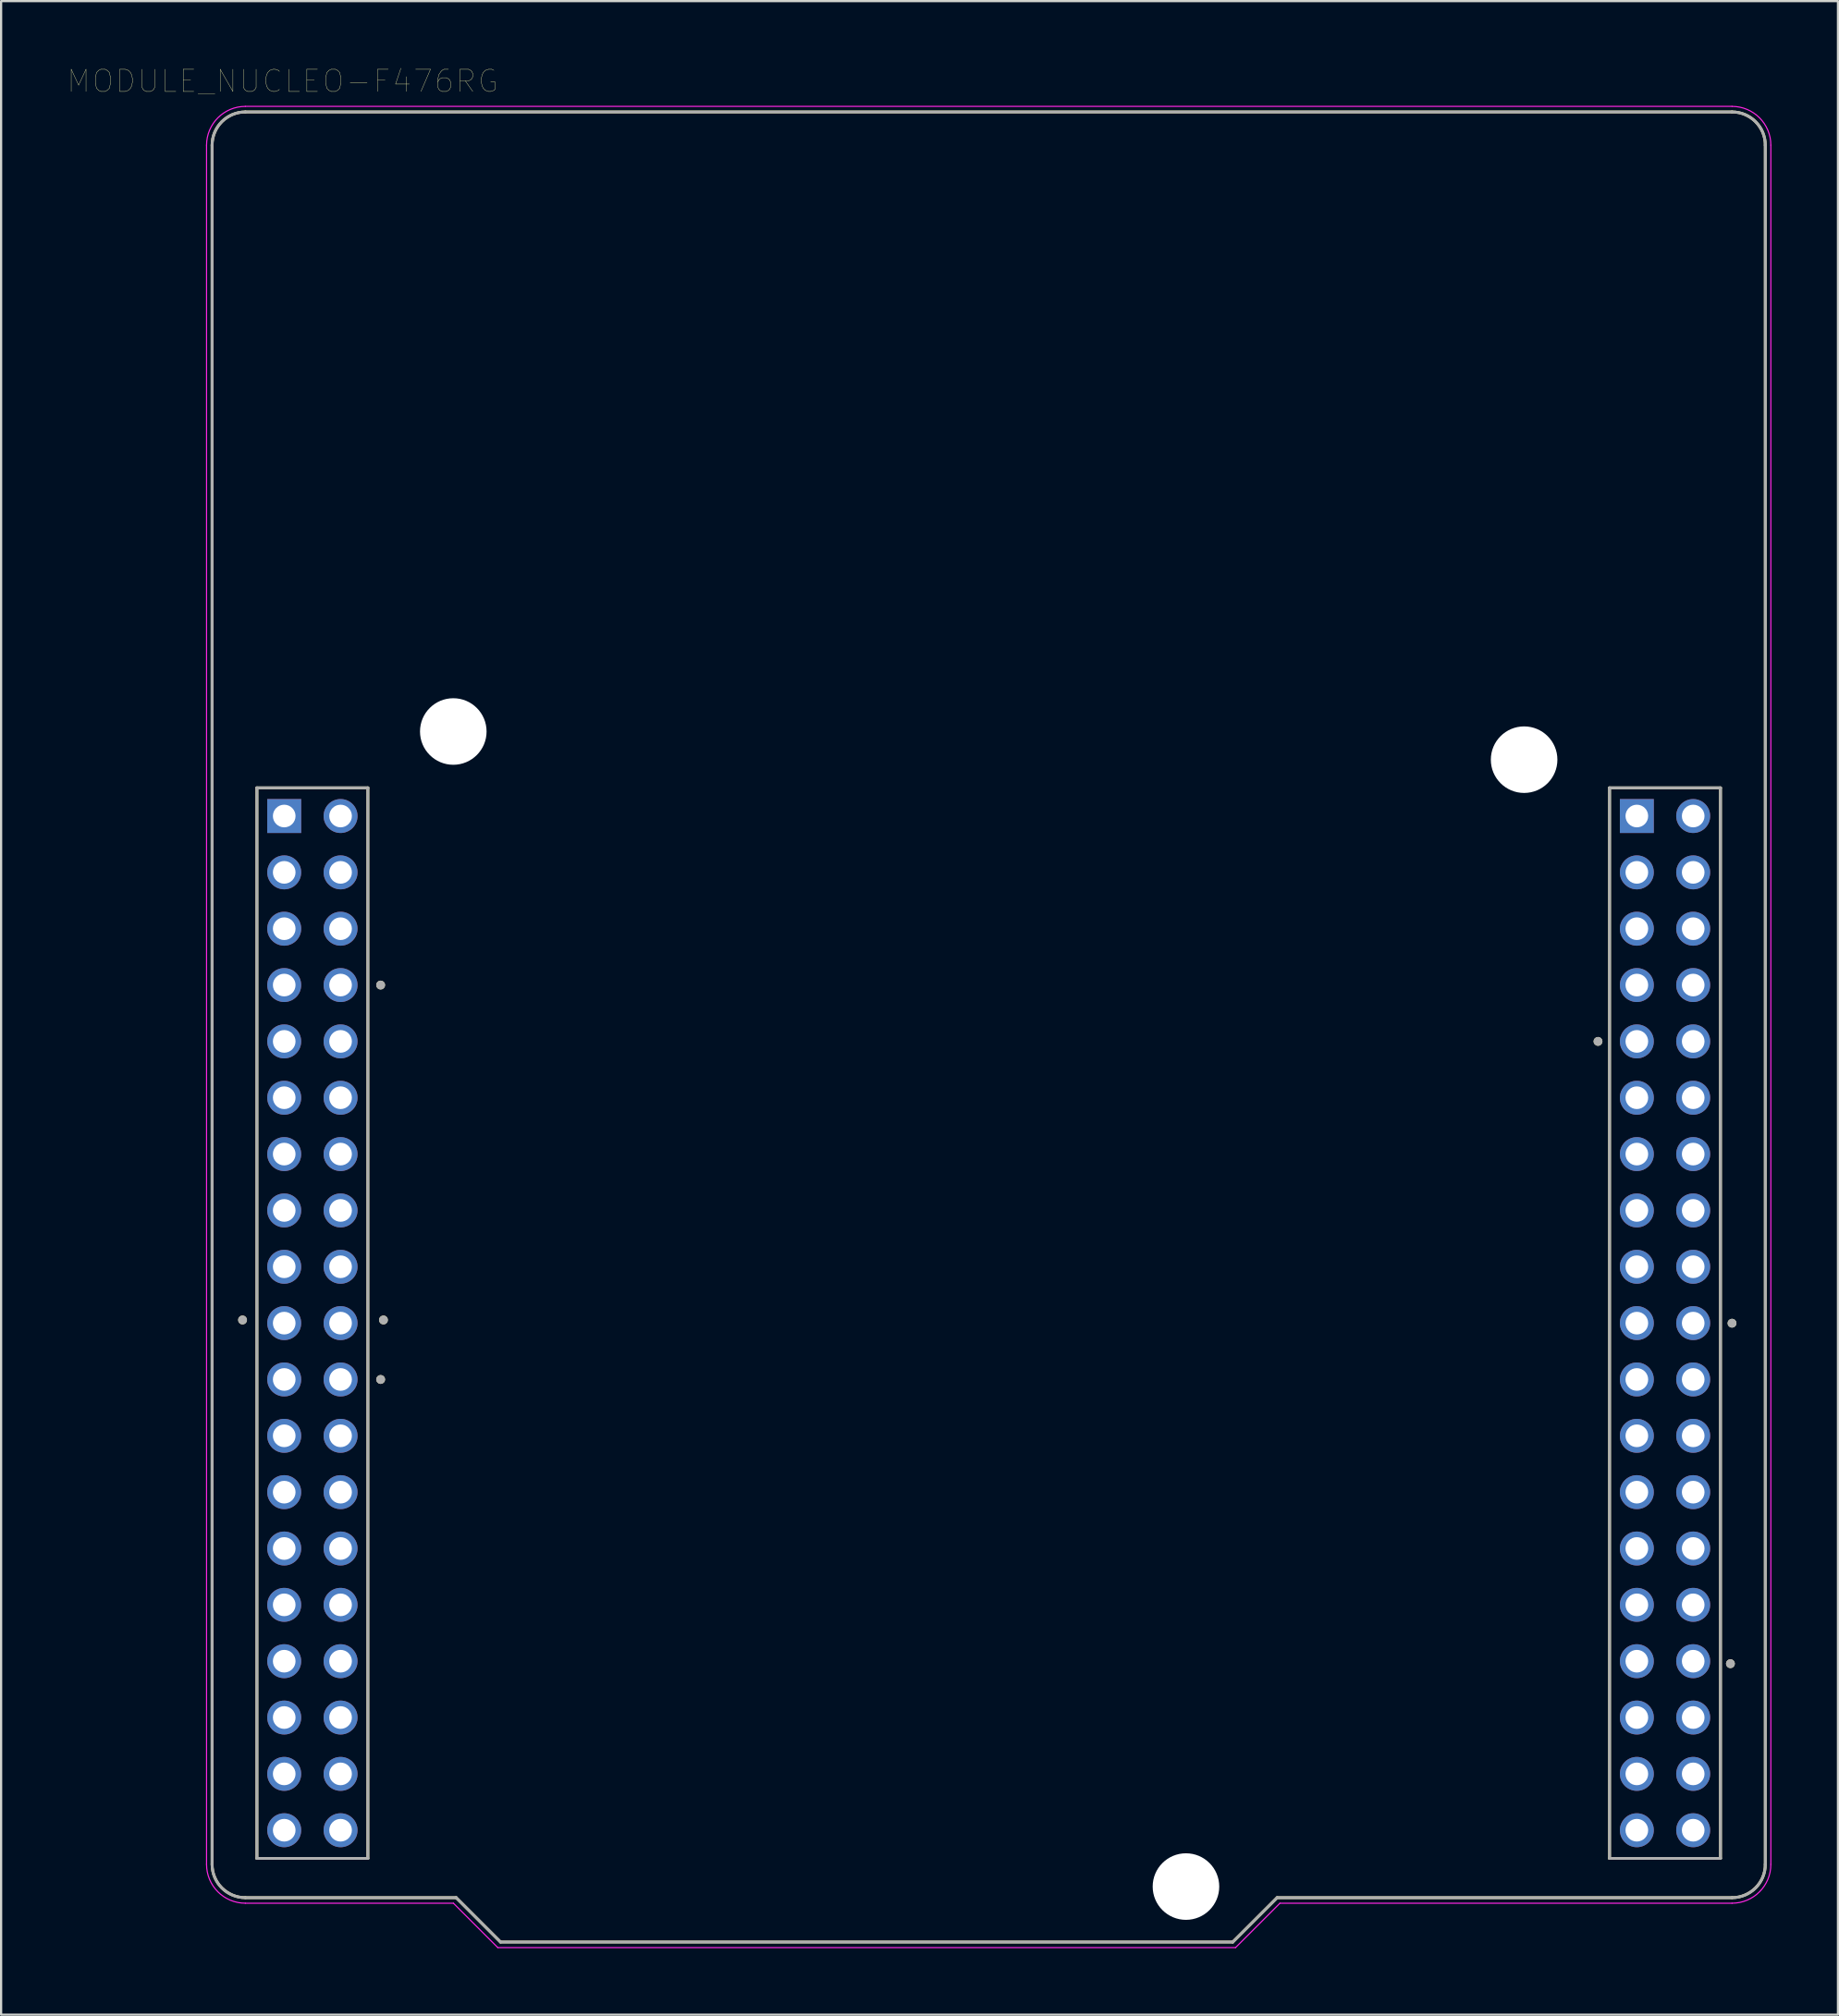
<source format=kicad_pcb>
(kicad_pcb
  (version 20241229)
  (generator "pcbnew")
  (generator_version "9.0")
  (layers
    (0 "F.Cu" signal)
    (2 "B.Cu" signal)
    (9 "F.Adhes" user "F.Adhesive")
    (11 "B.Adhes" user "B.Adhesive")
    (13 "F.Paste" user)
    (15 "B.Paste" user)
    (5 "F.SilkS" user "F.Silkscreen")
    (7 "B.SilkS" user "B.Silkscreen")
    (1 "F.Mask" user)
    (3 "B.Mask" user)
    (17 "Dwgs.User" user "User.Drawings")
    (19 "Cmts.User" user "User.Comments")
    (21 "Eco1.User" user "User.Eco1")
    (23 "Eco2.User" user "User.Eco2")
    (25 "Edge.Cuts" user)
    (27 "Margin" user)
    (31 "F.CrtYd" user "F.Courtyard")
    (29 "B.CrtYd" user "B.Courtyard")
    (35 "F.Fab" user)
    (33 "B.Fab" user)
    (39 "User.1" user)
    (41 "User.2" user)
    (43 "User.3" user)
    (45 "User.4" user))
  (footprint "MODULE_NUCLEO-F476RG"
    (layer "F.Cu")
    (at 41.509 43.246)
    (property "Reference" "MODULE_NUCLEO-F476RG" (at -31.825 -42.635 0) (layer "F.SilkS") (effects (font (size 1 1) (thickness 0.015))))
    (attr through_hole)
    (fp_line (start -35 37.75) (end -35 -39.75) (stroke (width 0.127) (type solid)) (layer "F.SilkS"))
    (fp_line (start -33.5 -41.25) (end 33.5 -41.25) (stroke (width 0.127) (type solid)) (layer "F.SilkS"))
    (fp_line (start -32.98 -10.78) (end -32.98 37.48) (stroke (width 0.127) (type solid)) (layer "F.SilkS"))
    (fp_line (start -32.98 37.48) (end -27.98 37.48) (stroke (width 0.127) (type solid)) (layer "F.SilkS"))
    (fp_line (start -27.98 -10.78) (end -32.98 -10.78) (stroke (width 0.127) (type solid)) (layer "F.SilkS"))
    (fp_line (start -27.98 37.48) (end -27.98 -10.78) (stroke (width 0.127) (type solid)) (layer "F.SilkS"))
    (fp_line (start -24 39.25) (end -33.5 39.25) (stroke (width 0.127) (type solid)) (layer "F.SilkS"))
    (fp_line (start -22 41.25) (end -24 39.25) (stroke (width 0.127) (type solid)) (layer "F.SilkS"))
    (fp_line (start 11 41.25) (end -22 41.25) (stroke (width 0.127) (type solid)) (layer "F.SilkS"))
    (fp_line (start 13 39.25) (end 11 41.25) (stroke (width 0.127) (type solid)) (layer "F.SilkS"))
    (fp_line (start 27.98 -10.78) (end 27.98 37.48) (stroke (width 0.127) (type solid)) (layer "F.SilkS"))
    (fp_line (start 27.98 37.48) (end 32.98 37.48) (stroke (width 0.127) (type solid)) (layer "F.SilkS"))
    (fp_line (start 32.98 -10.78) (end 27.98 -10.78) (stroke (width 0.127) (type solid)) (layer "F.SilkS"))
    (fp_line (start 32.98 37.48) (end 32.98 -10.78) (stroke (width 0.127) (type solid)) (layer "F.SilkS"))
    (fp_line (start 33.5 39.25) (end 13 39.25) (stroke (width 0.127) (type solid)) (layer "F.SilkS"))
    (fp_line (start 35 -39.75) (end 35 37.75) (stroke (width 0.127) (type solid)) (layer "F.SilkS"))
    (fp_arc (start -35 -39.75) (mid -34.56066 -40.81066) (end -33.5 -41.25) (stroke (width 0.127) (type solid)) (layer "F.SilkS"))
    (fp_arc (start -33.5 39.25) (mid -34.56066 38.81066) (end -35 37.75) (stroke (width 0.127) (type solid)) (layer "F.SilkS"))
    (fp_arc (start 33.5 -41.25) (mid 34.56066 -40.81066) (end 35 -39.75) (stroke (width 0.127) (type solid)) (layer "F.SilkS"))
    (fp_arc (start 35 37.75) (mid 34.56066 38.81066) (end 33.5 39.25) (stroke (width 0.127) (type solid)) (layer "F.SilkS"))
    (fp_circle (center -33.628 13.208) (end -33.528 13.208) (stroke (width 0.2) (type solid)) (fill no) (layer "F.SilkS"))
    (fp_circle (center -27.404 -1.89) (end -27.304 -1.89) (stroke (width 0.2) (type solid)) (fill no) (layer "F.SilkS"))
    (fp_circle (center -27.404 15.89) (end -27.304 15.89) (stroke (width 0.2) (type solid)) (fill no) (layer "F.SilkS"))
    (fp_circle (center -27.278 13.208) (end -27.178 13.208) (stroke (width 0.2) (type solid)) (fill no) (layer "F.SilkS"))
    (fp_circle (center 27.46 0.65) (end 27.56 0.65) (stroke (width 0.2) (type solid)) (fill no) (layer "F.SilkS"))
    (fp_circle (center 33.428 28.702) (end 33.528 28.702) (stroke (width 0.2) (type solid)) (fill no) (layer "F.SilkS"))
    (fp_circle (center 33.5 13.354) (end 33.6 13.354) (stroke (width 0.2) (type solid)) (fill no) (layer "F.SilkS"))
    (fp_line (start -35.25 37.75) (end -35.25 -39.75) (stroke (width 0.05) (type solid)) (layer "F.CrtYd"))
    (fp_line (start -33.5 -41.5) (end 33.5 -41.5) (stroke (width 0.05) (type solid)) (layer "F.CrtYd"))
    (fp_line (start -24.125 39.5) (end -33.5 39.5) (stroke (width 0.05) (type solid)) (layer "F.CrtYd"))
    (fp_line (start -22.125 41.5) (end -24.125 39.5) (stroke (width 0.05) (type solid)) (layer "F.CrtYd"))
    (fp_line (start 11.125 41.5) (end -22.125 41.5) (stroke (width 0.05) (type solid)) (layer "F.CrtYd"))
    (fp_line (start 13.125 39.5) (end 11.125 41.5) (stroke (width 0.05) (type solid)) (layer "F.CrtYd"))
    (fp_line (start 33.5 39.5) (end 13.125 39.5) (stroke (width 0.05) (type solid)) (layer "F.CrtYd"))
    (fp_line (start 35.25 -39.75) (end 35.25 37.75) (stroke (width 0.05) (type solid)) (layer "F.CrtYd"))
    (fp_arc (start -35.25 -39.75) (mid -34.737437 -40.987437) (end -33.5 -41.5) (stroke (width 0.05) (type solid)) (layer "F.CrtYd"))
    (fp_arc (start -33.5 39.5) (mid -34.737437 38.987437) (end -35.25 37.75) (stroke (width 0.05) (type solid)) (layer "F.CrtYd"))
    (fp_arc (start 33.5 -41.5) (mid 34.737437 -40.987437) (end 35.25 -39.75) (stroke (width 0.05) (type solid)) (layer "F.CrtYd"))
    (fp_arc (start 35.25 37.75) (mid 34.737437 38.987437) (end 33.5 39.5) (stroke (width 0.05) (type solid)) (layer "F.CrtYd"))
    (fp_line (start -35 37.75) (end -35 -39.75) (stroke (width 0.127) (type solid)) (layer "F.Fab"))
    (fp_line (start -33.5 -41.25) (end 33.5 -41.25) (stroke (width 0.127) (type solid)) (layer "F.Fab"))
    (fp_line (start -32.98 -10.78) (end -32.98 37.48) (stroke (width 0.127) (type solid)) (layer "F.Fab"))
    (fp_line (start -32.98 37.48) (end -27.98 37.48) (stroke (width 0.127) (type solid)) (layer "F.Fab"))
    (fp_line (start -27.98 -10.78) (end -32.98 -10.78) (stroke (width 0.127) (type solid)) (layer "F.Fab"))
    (fp_line (start -27.98 37.48) (end -27.98 -10.78) (stroke (width 0.127) (type solid)) (layer "F.Fab"))
    (fp_line (start -24 39.25) (end -33.5 39.25) (stroke (width 0.127) (type solid)) (layer "F.Fab"))
    (fp_line (start -22 41.25) (end -24 39.25) (stroke (width 0.127) (type solid)) (layer "F.Fab"))
    (fp_line (start 11 41.25) (end -22 41.25) (stroke (width 0.127) (type solid)) (layer "F.Fab"))
    (fp_line (start 13 39.25) (end 11 41.25) (stroke (width 0.127) (type solid)) (layer "F.Fab"))
    (fp_line (start 27.98 -10.78) (end 27.98 37.48) (stroke (width 0.127) (type solid)) (layer "F.Fab"))
    (fp_line (start 27.98 37.48) (end 32.98 37.48) (stroke (width 0.127) (type solid)) (layer "F.Fab"))
    (fp_line (start 32.98 -10.78) (end 27.98 -10.78) (stroke (width 0.127) (type solid)) (layer "F.Fab"))
    (fp_line (start 32.98 37.48) (end 32.98 -10.78) (stroke (width 0.127) (type solid)) (layer "F.Fab"))
    (fp_line (start 33.5 39.25) (end 13 39.25) (stroke (width 0.127) (type solid)) (layer "F.Fab"))
    (fp_line (start 35 -39.75) (end 35 37.75) (stroke (width 0.127) (type solid)) (layer "F.Fab"))
    (fp_arc (start -35 -39.75) (mid -34.56066 -40.81066) (end -33.5 -41.25) (stroke (width 0.127) (type solid)) (layer "F.Fab"))
    (fp_arc (start -33.5 39.25) (mid -34.56066 38.81066) (end -35 37.75) (stroke (width 0.127) (type solid)) (layer "F.Fab"))
    (fp_arc (start 33.5 -41.25) (mid 34.56066 -40.81066) (end 35 -39.75) (stroke (width 0.127) (type solid)) (layer "F.Fab"))
    (fp_arc (start 35 37.75) (mid 34.56066 38.81066) (end 33.5 39.25) (stroke (width 0.127) (type solid)) (layer "F.Fab"))
    (fp_circle (center -33.628 13.208) (end -33.528 13.208) (stroke (width 0.2) (type solid)) (fill no) (layer "F.Fab"))
    (fp_circle (center -27.404 -1.89) (end -27.304 -1.89) (stroke (width 0.2) (type solid)) (fill no) (layer "F.Fab"))
    (fp_circle (center -27.404 15.89) (end -27.304 15.89) (stroke (width 0.2) (type solid)) (fill no) (layer "F.Fab"))
    (fp_circle (center -27.278 13.208) (end -27.178 13.208) (stroke (width 0.2) (type solid)) (fill no) (layer "F.Fab"))
    (fp_circle (center 27.46 0.65) (end 27.56 0.65) (stroke (width 0.2) (type solid)) (fill no) (layer "F.Fab"))
    (fp_circle (center 33.428 28.702) (end 33.528 28.702) (stroke (width 0.2) (type solid)) (fill no) (layer "F.Fab"))
    (fp_circle (center 33.5 13.354) (end 33.6 13.354) (stroke (width 0.2) (type solid)) (fill no) (layer "F.Fab"))
    (pad "" np_thru_hole circle (at -24.13 -13.32) (size 3 3) (drill 3) (layers "*.Cu" "*.Mask"))
    (pad "" np_thru_hole circle (at 8.89 38.75) (size 3 3) (drill 3) (layers "*.Cu" "*.Mask"))
    (pad "" np_thru_hole circle (at 24.13 -12.05) (size 3 3) (drill 3) (layers "*.Cu" "*.Mask"))
    (pad "1" thru_hole rect (at -31.75 -9.51) (size 1.53 1.53) (drill 1.02) (layers "*.Cu" "*.Mask"))
    (pad "2" thru_hole circle (at -29.21 -9.51) (size 1.53 1.53) (drill 1.02) (layers "*.Cu" "*.Mask"))
    (pad "3" thru_hole circle (at -31.75 -6.97) (size 1.53 1.53) (drill 1.02) (layers "*.Cu" "*.Mask"))
    (pad "4" thru_hole circle (at -29.21 -6.97) (size 1.53 1.53) (drill 1.02) (layers "*.Cu" "*.Mask"))
    (pad "5" thru_hole circle (at -31.75 -4.43) (size 1.53 1.53) (drill 1.02) (layers "*.Cu" "*.Mask"))
    (pad "6" thru_hole circle (at -29.21 -4.43) (size 1.53 1.53) (drill 1.02) (layers "*.Cu" "*.Mask"))
    (pad "7" thru_hole circle (at -31.75 -1.89) (size 1.53 1.53) (drill 1.02) (layers "*.Cu" "*.Mask"))
    (pad "8" thru_hole circle (at -29.21 -1.89) (size 1.53 1.53) (drill 1.02) (layers "*.Cu" "*.Mask"))
    (pad "9" thru_hole circle (at -31.75 0.65) (size 1.53 1.53) (drill 1.02) (layers "*.Cu" "*.Mask"))
    (pad "10" thru_hole circle (at -29.21 0.65) (size 1.53 1.53) (drill 1.02) (layers "*.Cu" "*.Mask"))
    (pad "11" thru_hole circle (at -31.75 3.19) (size 1.53 1.53) (drill 1.02) (layers "*.Cu" "*.Mask"))
    (pad "12" thru_hole circle (at -29.21 3.19) (size 1.53 1.53) (drill 1.02) (layers "*.Cu" "*.Mask"))
    (pad "13" thru_hole circle (at -31.75 5.73) (size 1.53 1.53) (drill 1.02) (layers "*.Cu" "*.Mask"))
    (pad "14" thru_hole circle (at -29.21 5.73) (size 1.53 1.53) (drill 1.02) (layers "*.Cu" "*.Mask"))
    (pad "15" thru_hole circle (at -31.75 8.27) (size 1.53 1.53) (drill 1.02) (layers "*.Cu" "*.Mask"))
    (pad "16" thru_hole circle (at -29.21 8.27) (size 1.53 1.53) (drill 1.02) (layers "*.Cu" "*.Mask"))
    (pad "17" thru_hole circle (at -31.75 10.81) (size 1.53 1.53) (drill 1.02) (layers "*.Cu" "*.Mask"))
    (pad "18" thru_hole circle (at -29.21 10.81) (size 1.53 1.53) (drill 1.02) (layers "*.Cu" "*.Mask"))
    (pad "19" thru_hole circle (at -31.75 13.35) (size 1.53 1.53) (drill 1.02) (layers "*.Cu" "*.Mask"))
    (pad "20" thru_hole circle (at -29.21 13.35) (size 1.53 1.53) (drill 1.02) (layers "*.Cu" "*.Mask"))
    (pad "21" thru_hole circle (at -31.75 15.89) (size 1.53 1.53) (drill 1.02) (layers "*.Cu" "*.Mask"))
    (pad "22" thru_hole circle (at -29.21 15.89) (size 1.53 1.53) (drill 1.02) (layers "*.Cu" "*.Mask"))
    (pad "23" thru_hole circle (at -31.75 18.43) (size 1.53 1.53) (drill 1.02) (layers "*.Cu" "*.Mask"))
    (pad "24" thru_hole circle (at -29.21 18.43) (size 1.53 1.53) (drill 1.02) (layers "*.Cu" "*.Mask"))
    (pad "25" thru_hole circle (at -31.75 20.97) (size 1.53 1.53) (drill 1.02) (layers "*.Cu" "*.Mask"))
    (pad "26" thru_hole circle (at -29.21 20.97) (size 1.53 1.53) (drill 1.02) (layers "*.Cu" "*.Mask"))
    (pad "27" thru_hole circle (at -31.75 23.51) (size 1.53 1.53) (drill 1.02) (layers "*.Cu" "*.Mask"))
    (pad "28" thru_hole circle (at -29.21 23.51) (size 1.53 1.53) (drill 1.02) (layers "*.Cu" "*.Mask"))
    (pad "29" thru_hole circle (at -31.75 26.05) (size 1.53 1.53) (drill 1.02) (layers "*.Cu" "*.Mask"))
    (pad "30" thru_hole circle (at -29.21 26.05) (size 1.53 1.53) (drill 1.02) (layers "*.Cu" "*.Mask"))
    (pad "31" thru_hole circle (at -31.75 28.59) (size 1.53 1.53) (drill 1.02) (layers "*.Cu" "*.Mask"))
    (pad "32" thru_hole circle (at -29.21 28.59) (size 1.53 1.53) (drill 1.02) (layers "*.Cu" "*.Mask"))
    (pad "33" thru_hole circle (at -31.75 31.13) (size 1.53 1.53) (drill 1.02) (layers "*.Cu" "*.Mask"))
    (pad "34" thru_hole circle (at -29.21 31.13) (size 1.53 1.53) (drill 1.02) (layers "*.Cu" "*.Mask"))
    (pad "35" thru_hole circle (at -31.75 33.67) (size 1.53 1.53) (drill 1.02) (layers "*.Cu" "*.Mask"))
    (pad "36" thru_hole circle (at -29.21 33.67) (size 1.53 1.53) (drill 1.02) (layers "*.Cu" "*.Mask"))
    (pad "37" thru_hole circle (at -31.75 36.21) (size 1.53 1.53) (drill 1.02) (layers "*.Cu" "*.Mask"))
    (pad "38" thru_hole circle (at -29.21 36.21) (size 1.53 1.53) (drill 1.02) (layers "*.Cu" "*.Mask"))
    (pad "39" thru_hole rect (at 29.21 -9.51) (size 1.53 1.53) (drill 1.02) (layers "*.Cu" "*.Mask"))
    (pad "40" thru_hole circle (at 31.75 -9.51) (size 1.53 1.53) (drill 1.02) (layers "*.Cu" "*.Mask"))
    (pad "41" thru_hole circle (at 29.21 -6.97) (size 1.53 1.53) (drill 1.02) (layers "*.Cu" "*.Mask"))
    (pad "42" thru_hole circle (at 29.21 -4.43) (size 1.53 1.53) (drill 1.02) (layers "*.Cu" "*.Mask"))
    (pad "42" thru_hole circle (at 31.75 -6.97) (size 1.53 1.53) (drill 1.02) (layers "*.Cu" "*.Mask"))
    (pad "44" thru_hole circle (at 31.75 -4.43) (size 1.53 1.53) (drill 1.02) (layers "*.Cu" "*.Mask"))
    (pad "45" thru_hole circle (at 29.21 -1.89) (size 1.53 1.53) (drill 1.02) (layers "*.Cu" "*.Mask"))
    (pad "46" thru_hole circle (at 31.75 -1.89) (size 1.53 1.53) (drill 1.02) (layers "*.Cu" "*.Mask"))
    (pad "47" thru_hole circle (at 29.21 0.65) (size 1.53 1.53) (drill 1.02) (layers "*.Cu" "*.Mask"))
    (pad "48" thru_hole circle (at 31.75 3.19) (size 1.53 1.53) (drill 1.02) (layers "*.Cu" "*.Mask"))
    (pad "49" thru_hole circle (at 29.21 3.19) (size 1.53 1.53) (drill 1.02) (layers "*.Cu" "*.Mask"))
    (pad "50" thru_hole circle (at 31.75 5.73) (size 1.53 1.53) (drill 1.02) (layers "*.Cu" "*.Mask"))
    (pad "51" thru_hole circle (at 29.21 5.73) (size 1.53 1.53) (drill 1.02) (layers "*.Cu" "*.Mask"))
    (pad "52" thru_hole circle (at 31.75 8.27) (size 1.53 1.53) (drill 1.02) (layers "*.Cu" "*.Mask"))
    (pad "53" thru_hole circle (at 29.21 8.27) (size 1.53 1.53) (drill 1.02) (layers "*.Cu" "*.Mask"))
    (pad "54" thru_hole circle (at 31.75 10.81) (size 1.53 1.53) (drill 1.02) (layers "*.Cu" "*.Mask"))
    (pad "55" thru_hole circle (at 29.21 10.81) (size 1.53 1.53) (drill 1.02) (layers "*.Cu" "*.Mask"))
    (pad "57" thru_hole circle (at 29.21 13.35) (size 1.53 1.53) (drill 1.02) (layers "*.Cu" "*.Mask"))
    (pad "58" thru_hole circle (at 31.75 13.35) (size 1.53 1.53) (drill 1.02) (layers "*.Cu" "*.Mask"))
    (pad "59" thru_hole circle (at 29.21 15.89) (size 1.53 1.53) (drill 1.02) (layers "*.Cu" "*.Mask"))
    (pad "60" thru_hole circle (at 31.75 15.89) (size 1.53 1.53) (drill 1.02) (layers "*.Cu" "*.Mask"))
    (pad "61" thru_hole circle (at 29.21 18.43) (size 1.53 1.53) (drill 1.02) (layers "*.Cu" "*.Mask"))
    (pad "62" thru_hole circle (at 31.75 18.43) (size 1.53 1.53) (drill 1.02) (layers "*.Cu" "*.Mask"))
    (pad "63" thru_hole circle (at 29.21 20.97) (size 1.53 1.53) (drill 1.02) (layers "*.Cu" "*.Mask"))
    (pad "64" thru_hole circle (at 31.75 20.97) (size 1.53 1.53) (drill 1.02) (layers "*.Cu" "*.Mask"))
    (pad "65" thru_hole circle (at 29.21 23.51) (size 1.53 1.53) (drill 1.02) (layers "*.Cu" "*.Mask"))
    (pad "66" thru_hole circle (at 31.75 23.51) (size 1.53 1.53) (drill 1.02) (layers "*.Cu" "*.Mask"))
    (pad "67" thru_hole circle (at 29.21 26.05) (size 1.53 1.53) (drill 1.02) (layers "*.Cu" "*.Mask"))
    (pad "68" thru_hole circle (at 31.75 26.05) (size 1.53 1.53) (drill 1.02) (layers "*.Cu" "*.Mask"))
    (pad "69" thru_hole circle (at 29.21 28.59) (size 1.53 1.53) (drill 1.02) (layers "*.Cu" "*.Mask"))
    (pad "70" thru_hole circle (at 31.75 28.59) (size 1.53 1.53) (drill 1.02) (layers "*.Cu" "*.Mask"))
    (pad "71" thru_hole circle (at 29.21 31.13) (size 1.53 1.53) (drill 1.02) (layers "*.Cu" "*.Mask"))
    (pad "72" thru_hole circle (at 31.75 31.13) (size 1.53 1.53) (drill 1.02) (layers "*.Cu" "*.Mask"))
    (pad "73" thru_hole circle (at 29.21 33.67) (size 1.53 1.53) (drill 1.02) (layers "*.Cu" "*.Mask"))
    (pad "75" thru_hole circle (at 29.21 36.21) (size 1.53 1.53) (drill 1.02) (layers "*.Cu" "*.Mask"))
    (pad "NC" thru_hole circle (at 31.75 0.65) (size 1.53 1.53) (drill 1.02) (layers "*.Cu" "*.Mask"))
    (pad "NC" thru_hole circle (at 31.75 33.67) (size 1.53 1.53) (drill 1.02) (layers "*.Cu" "*.Mask"))
    (pad "NC" thru_hole circle (at 31.75 36.21) (size 1.53 1.53) (drill 1.02) (layers "*.Cu" "*.Mask")))
  (gr_rect
    (start -3 -3)
    (end 79.784 87.771)
    (stroke (width 0.1) (type default))
    (fill no)
    (layer "Edge.Cuts")))
</source>
